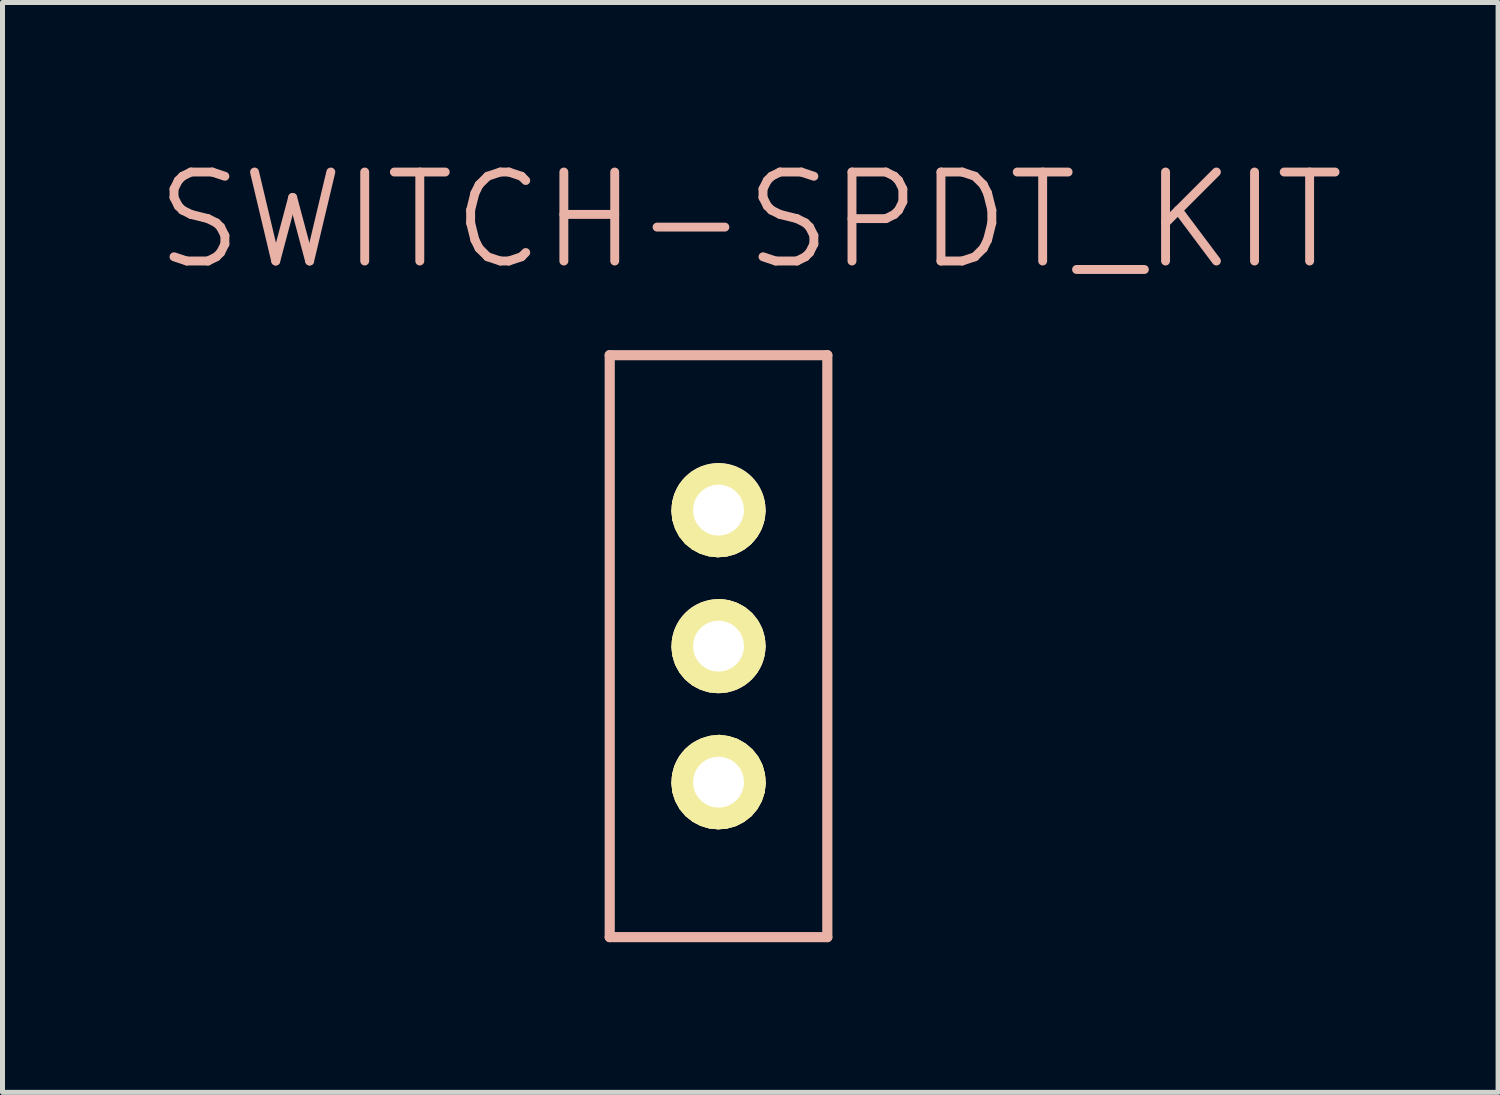
<source format=kicad_pcb>
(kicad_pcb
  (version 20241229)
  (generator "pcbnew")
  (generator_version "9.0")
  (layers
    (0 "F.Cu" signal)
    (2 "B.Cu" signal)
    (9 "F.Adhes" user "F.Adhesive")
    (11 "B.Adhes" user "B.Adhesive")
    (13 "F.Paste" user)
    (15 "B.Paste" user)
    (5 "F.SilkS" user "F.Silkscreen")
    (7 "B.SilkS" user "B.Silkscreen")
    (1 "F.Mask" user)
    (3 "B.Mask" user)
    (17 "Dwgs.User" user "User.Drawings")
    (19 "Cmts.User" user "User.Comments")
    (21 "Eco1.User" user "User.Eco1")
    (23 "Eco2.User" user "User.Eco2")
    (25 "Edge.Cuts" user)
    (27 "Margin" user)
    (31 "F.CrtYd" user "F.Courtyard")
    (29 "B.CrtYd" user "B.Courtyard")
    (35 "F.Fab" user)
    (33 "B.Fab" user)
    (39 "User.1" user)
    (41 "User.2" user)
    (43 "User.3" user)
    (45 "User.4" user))
  (footprint "SWITCH-SPDT_KIT"
    (layer "F.Cu")
    (at 11.307 9.861)
    (property "Reference" "SWITCH-SPDT_KIT" (at 0.635 -8.509 0) (layer "B.SilkS") (effects (font (size 1.778 1.778) (thickness 0.178))))
    (attr exclude_from_pos_files exclude_from_bom)
    (fp_line (start -0.876 -2.697) (end -0.861 -2.87) (stroke (width 0.127) (type solid)) (layer "F.SilkS"))
    (fp_line (start -0.876 2.741) (end -0.861 2.565) (stroke (width 0.127) (type solid)) (layer "F.SilkS"))
    (fp_line (start -0.874 0.018) (end -0.859 -0.152) (stroke (width 0.127) (type solid)) (layer "F.SilkS"))
    (fp_line (start -0.861 -2.87) (end -0.813 -3.035) (stroke (width 0.127) (type solid)) (layer "F.SilkS"))
    (fp_line (start -0.861 -2.53) (end -0.876 -2.697) (stroke (width 0.127) (type solid)) (layer "F.SilkS"))
    (fp_line (start -0.861 2.565) (end -0.813 2.398) (stroke (width 0.127) (type solid)) (layer "F.SilkS"))
    (fp_line (start -0.859 -0.152) (end -0.808 -0.323) (stroke (width 0.127) (type solid)) (layer "F.SilkS"))
    (fp_line (start -0.859 2.911) (end -0.876 2.741) (stroke (width 0.127) (type solid)) (layer "F.SilkS"))
    (fp_line (start -0.856 0.185) (end -0.874 0.018) (stroke (width 0.127) (type solid)) (layer "F.SilkS"))
    (fp_line (start -0.813 -3.035) (end -0.734 -3.19) (stroke (width 0.127) (type solid)) (layer "F.SilkS"))
    (fp_line (start -0.813 2.398) (end -0.732 2.24) (stroke (width 0.127) (type solid)) (layer "F.SilkS"))
    (fp_line (start -0.81 -2.367) (end -0.861 -2.53) (stroke (width 0.127) (type solid)) (layer "F.SilkS"))
    (fp_line (start -0.808 -0.323) (end -0.726 -0.478) (stroke (width 0.127) (type solid)) (layer "F.SilkS"))
    (fp_line (start -0.808 0.348) (end -0.856 0.185) (stroke (width 0.127) (type solid)) (layer "F.SilkS"))
    (fp_line (start -0.808 3.071) (end -0.859 2.911) (stroke (width 0.127) (type solid)) (layer "F.SilkS"))
    (fp_line (start -0.734 -3.19) (end -0.625 -3.325) (stroke (width 0.127) (type solid)) (layer "F.SilkS"))
    (fp_line (start -0.732 -2.22) (end -0.81 -2.367) (stroke (width 0.127) (type solid)) (layer "F.SilkS"))
    (fp_line (start -0.732 2.24) (end -0.62 2.103) (stroke (width 0.127) (type solid)) (layer "F.SilkS"))
    (fp_line (start -0.726 -0.478) (end -0.615 -0.612) (stroke (width 0.127) (type solid)) (layer "F.SilkS"))
    (fp_line (start -0.726 0.495) (end -0.808 0.348) (stroke (width 0.127) (type solid)) (layer "F.SilkS"))
    (fp_line (start -0.726 3.221) (end -0.808 3.071) (stroke (width 0.127) (type solid)) (layer "F.SilkS"))
    (fp_line (start -0.625 -3.325) (end -0.493 -3.437) (stroke (width 0.127) (type solid)) (layer "F.SilkS"))
    (fp_line (start -0.625 -2.09) (end -0.732 -2.22) (stroke (width 0.127) (type solid)) (layer "F.SilkS"))
    (fp_line (start -0.62 0.625) (end -0.726 0.495) (stroke (width 0.127) (type solid)) (layer "F.SilkS"))
    (fp_line (start -0.62 2.103) (end -0.485 1.991) (stroke (width 0.127) (type solid)) (layer "F.SilkS"))
    (fp_line (start -0.617 3.35) (end -0.726 3.221) (stroke (width 0.127) (type solid)) (layer "F.SilkS"))
    (fp_line (start -0.615 -0.612) (end -0.48 -0.724) (stroke (width 0.127) (type solid)) (layer "F.SilkS"))
    (fp_line (start -0.493 -3.437) (end -0.34 -3.52) (stroke (width 0.127) (type solid)) (layer "F.SilkS"))
    (fp_line (start -0.493 -1.984) (end -0.625 -2.09) (stroke (width 0.127) (type solid)) (layer "F.SilkS"))
    (fp_line (start -0.488 0.732) (end -0.62 0.625) (stroke (width 0.127) (type solid)) (layer "F.SilkS"))
    (fp_line (start -0.485 1.991) (end -0.33 1.908) (stroke (width 0.127) (type solid)) (layer "F.SilkS"))
    (fp_line (start -0.485 3.454) (end -0.617 3.35) (stroke (width 0.127) (type solid)) (layer "F.SilkS"))
    (fp_line (start -0.48 -0.724) (end -0.325 -0.808) (stroke (width 0.127) (type solid)) (layer "F.SilkS"))
    (fp_line (start -0.445 -2.697) (end -0.434 -2.802) (stroke (width 0.127) (type solid)) (layer "F.SilkS"))
    (fp_line (start -0.439 2.738) (end -0.432 2.637) (stroke (width 0.127) (type solid)) (layer "F.SilkS"))
    (fp_line (start -0.434 -2.802) (end -0.404 -2.898) (stroke (width 0.127) (type solid)) (layer "F.SilkS"))
    (fp_line (start -0.432 0.023) (end -0.424 -0.079) (stroke (width 0.127) (type solid)) (layer "F.SilkS"))
    (fp_line (start -0.432 2.637) (end -0.401 2.54) (stroke (width 0.127) (type solid)) (layer "F.SilkS"))
    (fp_line (start -0.429 -2.603) (end -0.445 -2.697) (stroke (width 0.127) (type solid)) (layer "F.SilkS"))
    (fp_line (start -0.427 2.835) (end -0.439 2.738) (stroke (width 0.127) (type solid)) (layer "F.SilkS"))
    (fp_line (start -0.424 -0.079) (end -0.394 -0.175) (stroke (width 0.127) (type solid)) (layer "F.SilkS"))
    (fp_line (start -0.419 0.117) (end -0.432 0.023) (stroke (width 0.127) (type solid)) (layer "F.SilkS"))
    (fp_line (start -0.404 -2.898) (end -0.351 -2.985) (stroke (width 0.127) (type solid)) (layer "F.SilkS"))
    (fp_line (start -0.401 2.54) (end -0.348 2.454) (stroke (width 0.127) (type solid)) (layer "F.SilkS"))
    (fp_line (start -0.396 -2.512) (end -0.429 -2.603) (stroke (width 0.127) (type solid)) (layer "F.SilkS"))
    (fp_line (start -0.394 -0.175) (end -0.34 -0.262) (stroke (width 0.127) (type solid)) (layer "F.SilkS"))
    (fp_line (start -0.394 2.926) (end -0.427 2.835) (stroke (width 0.127) (type solid)) (layer "F.SilkS"))
    (fp_line (start -0.386 0.208) (end -0.419 0.117) (stroke (width 0.127) (type solid)) (layer "F.SilkS"))
    (fp_line (start -0.351 -2.985) (end -0.279 -3.061) (stroke (width 0.127) (type solid)) (layer "F.SilkS"))
    (fp_line (start -0.348 2.454) (end -0.277 2.377) (stroke (width 0.127) (type solid)) (layer "F.SilkS"))
    (fp_line (start -0.345 -1.905) (end -0.493 -1.984) (stroke (width 0.127) (type solid)) (layer "F.SilkS"))
    (fp_line (start -0.343 -2.431) (end -0.396 -2.512) (stroke (width 0.127) (type solid)) (layer "F.SilkS"))
    (fp_line (start -0.34 -3.52) (end -0.173 -3.571) (stroke (width 0.127) (type solid)) (layer "F.SilkS"))
    (fp_line (start -0.34 -0.262) (end -0.269 -0.338) (stroke (width 0.127) (type solid)) (layer "F.SilkS"))
    (fp_line (start -0.34 3.007) (end -0.394 2.926) (stroke (width 0.127) (type solid)) (layer "F.SilkS"))
    (fp_line (start -0.338 0.81) (end -0.488 0.732) (stroke (width 0.127) (type solid)) (layer "F.SilkS"))
    (fp_line (start -0.335 3.533) (end -0.485 3.454) (stroke (width 0.127) (type solid)) (layer "F.SilkS"))
    (fp_line (start -0.333 0.29) (end -0.386 0.208) (stroke (width 0.127) (type solid)) (layer "F.SilkS"))
    (fp_line (start -0.33 1.908) (end -0.16 1.854) (stroke (width 0.127) (type solid)) (layer "F.SilkS"))
    (fp_line (start -0.325 -0.808) (end -0.157 -0.859) (stroke (width 0.127) (type solid)) (layer "F.SilkS"))
    (fp_line (start -0.279 -3.061) (end -0.196 -3.117) (stroke (width 0.127) (type solid)) (layer "F.SilkS"))
    (fp_line (start -0.277 2.377) (end -0.193 2.322) (stroke (width 0.127) (type solid)) (layer "F.SilkS"))
    (fp_line (start -0.272 -2.362) (end -0.343 -2.431) (stroke (width 0.127) (type solid)) (layer "F.SilkS"))
    (fp_line (start -0.269 -0.338) (end -0.185 -0.394) (stroke (width 0.127) (type solid)) (layer "F.SilkS"))
    (fp_line (start -0.269 3.076) (end -0.34 3.007) (stroke (width 0.127) (type solid)) (layer "F.SilkS"))
    (fp_line (start -0.262 0.358) (end -0.333 0.29) (stroke (width 0.127) (type solid)) (layer "F.SilkS"))
    (fp_line (start -0.229 -2.845) (end 0.229 -2.845) (stroke (width 0.066) (type solid)) (layer "F.SilkS"))
    (fp_line (start -0.229 -2.235) (end -0.229 -2.845) (stroke (width 0.066) (type solid)) (layer "F.SilkS"))
    (fp_line (start -0.229 -2.235) (end 0.229 -2.235) (stroke (width 0.066) (type solid)) (layer "F.SilkS"))
    (fp_line (start -0.229 -0.305) (end 0.229 -0.305) (stroke (width 0.066) (type solid)) (layer "F.SilkS"))
    (fp_line (start -0.229 0.305) (end -0.229 -0.305) (stroke (width 0.066) (type solid)) (layer "F.SilkS"))
    (fp_line (start -0.229 0.305) (end 0.229 0.305) (stroke (width 0.066) (type solid)) (layer "F.SilkS"))
    (fp_line (start -0.229 2.235) (end 0.229 2.235) (stroke (width 0.066) (type solid)) (layer "F.SilkS"))
    (fp_line (start -0.229 2.845) (end -0.229 2.235) (stroke (width 0.066) (type solid)) (layer "F.SilkS"))
    (fp_line (start -0.229 2.845) (end 0.229 2.845) (stroke (width 0.066) (type solid)) (layer "F.SilkS"))
    (fp_line (start -0.196 -3.117) (end -0.099 -3.152) (stroke (width 0.127) (type solid)) (layer "F.SilkS"))
    (fp_line (start -0.193 2.322) (end -0.097 2.286) (stroke (width 0.127) (type solid)) (layer "F.SilkS"))
    (fp_line (start -0.188 -2.314) (end -0.272 -2.362) (stroke (width 0.127) (type solid)) (layer "F.SilkS"))
    (fp_line (start -0.185 -0.394) (end -0.089 -0.429) (stroke (width 0.127) (type solid)) (layer "F.SilkS"))
    (fp_line (start -0.185 3.124) (end -0.269 3.076) (stroke (width 0.127) (type solid)) (layer "F.SilkS"))
    (fp_line (start -0.183 -1.857) (end -0.345 -1.905) (stroke (width 0.127) (type solid)) (layer "F.SilkS"))
    (fp_line (start -0.178 0.406) (end -0.262 0.358) (stroke (width 0.127) (type solid)) (layer "F.SilkS"))
    (fp_line (start -0.178 0.859) (end -0.338 0.81) (stroke (width 0.127) (type solid)) (layer "F.SilkS"))
    (fp_line (start -0.173 -3.571) (end -0.003 -3.592) (stroke (width 0.127) (type solid)) (layer "F.SilkS"))
    (fp_line (start -0.173 3.581) (end -0.335 3.533) (stroke (width 0.127) (type solid)) (layer "F.SilkS"))
    (fp_line (start -0.16 1.854) (end 0.013 1.834) (stroke (width 0.127) (type solid)) (layer "F.SilkS"))
    (fp_line (start -0.157 -0.859) (end 0.015 -0.879) (stroke (width 0.127) (type solid)) (layer "F.SilkS"))
    (fp_line (start -0.099 -3.152) (end 0 -3.165) (stroke (width 0.127) (type solid)) (layer "F.SilkS"))
    (fp_line (start -0.097 -2.283) (end -0.188 -2.314) (stroke (width 0.127) (type solid)) (layer "F.SilkS"))
    (fp_line (start -0.097 2.286) (end 0.003 2.273) (stroke (width 0.127) (type solid)) (layer "F.SilkS"))
    (fp_line (start -0.094 3.155) (end -0.185 3.124) (stroke (width 0.127) (type solid)) (layer "F.SilkS"))
    (fp_line (start -0.089 -0.429) (end 0.01 -0.442) (stroke (width 0.127) (type solid)) (layer "F.SilkS"))
    (fp_line (start -0.086 0.437) (end -0.178 0.406) (stroke (width 0.127) (type solid)) (layer "F.SilkS"))
    (fp_line (start -0.018 -1.839) (end -0.183 -1.857) (stroke (width 0.127) (type solid)) (layer "F.SilkS"))
    (fp_line (start -0.01 0.874) (end -0.178 0.859) (stroke (width 0.127) (type solid)) (layer "F.SilkS"))
    (fp_line (start -0.005 3.597) (end -0.173 3.581) (stroke (width 0.127) (type solid)) (layer "F.SilkS"))
    (fp_line (start -0.003 -3.592) (end 0.168 -3.571) (stroke (width 0.127) (type solid)) (layer "F.SilkS"))
    (fp_line (start 0 -3.165) (end 0.099 -3.152) (stroke (width 0.127) (type solid)) (layer "F.SilkS"))
    (fp_line (start 0 -2.273) (end -0.097 -2.283) (stroke (width 0.127) (type solid)) (layer "F.SilkS"))
    (fp_line (start 0.003 2.273) (end 0.102 2.286) (stroke (width 0.127) (type solid)) (layer "F.SilkS"))
    (fp_line (start 0.003 3.162) (end -0.094 3.155) (stroke (width 0.127) (type solid)) (layer "F.SilkS"))
    (fp_line (start 0.01 -0.442) (end 0.109 -0.429) (stroke (width 0.127) (type solid)) (layer "F.SilkS"))
    (fp_line (start 0.01 0.447) (end -0.086 0.437) (stroke (width 0.127) (type solid)) (layer "F.SilkS"))
    (fp_line (start 0.013 1.834) (end 0.185 1.857) (stroke (width 0.127) (type solid)) (layer "F.SilkS"))
    (fp_line (start 0.015 -0.879) (end 0.183 -0.859) (stroke (width 0.127) (type solid)) (layer "F.SilkS"))
    (fp_line (start 0.097 -2.283) (end 0 -2.273) (stroke (width 0.127) (type solid)) (layer "F.SilkS"))
    (fp_line (start 0.099 -3.152) (end 0.193 -3.119) (stroke (width 0.127) (type solid)) (layer "F.SilkS"))
    (fp_line (start 0.099 3.152) (end 0.003 3.162) (stroke (width 0.127) (type solid)) (layer "F.SilkS"))
    (fp_line (start 0.102 2.286) (end 0.196 2.319) (stroke (width 0.127) (type solid)) (layer "F.SilkS"))
    (fp_line (start 0.107 0.437) (end 0.01 0.447) (stroke (width 0.127) (type solid)) (layer "F.SilkS"))
    (fp_line (start 0.109 -0.429) (end 0.203 -0.396) (stroke (width 0.127) (type solid)) (layer "F.SilkS"))
    (fp_line (start 0.152 -1.854) (end -0.018 -1.839) (stroke (width 0.127) (type solid)) (layer "F.SilkS"))
    (fp_line (start 0.16 0.859) (end -0.01 0.874) (stroke (width 0.127) (type solid)) (layer "F.SilkS"))
    (fp_line (start 0.163 3.581) (end -0.005 3.597) (stroke (width 0.127) (type solid)) (layer "F.SilkS"))
    (fp_line (start 0.168 -3.571) (end 0.335 -3.52) (stroke (width 0.127) (type solid)) (layer "F.SilkS"))
    (fp_line (start 0.183 -0.859) (end 0.348 -0.805) (stroke (width 0.127) (type solid)) (layer "F.SilkS"))
    (fp_line (start 0.185 1.857) (end 0.351 1.91) (stroke (width 0.127) (type solid)) (layer "F.SilkS"))
    (fp_line (start 0.188 -2.316) (end 0.097 -2.283) (stroke (width 0.127) (type solid)) (layer "F.SilkS"))
    (fp_line (start 0.193 -3.119) (end 0.277 -3.063) (stroke (width 0.127) (type solid)) (layer "F.SilkS"))
    (fp_line (start 0.193 3.122) (end 0.099 3.152) (stroke (width 0.127) (type solid)) (layer "F.SilkS"))
    (fp_line (start 0.196 2.319) (end 0.279 2.375) (stroke (width 0.127) (type solid)) (layer "F.SilkS"))
    (fp_line (start 0.201 0.404) (end 0.107 0.437) (stroke (width 0.127) (type solid)) (layer "F.SilkS"))
    (fp_line (start 0.203 -0.396) (end 0.287 -0.34) (stroke (width 0.127) (type solid)) (layer "F.SilkS"))
    (fp_line (start 0.229 -2.235) (end 0.229 -2.845) (stroke (width 0.066) (type solid)) (layer "F.SilkS"))
    (fp_line (start 0.229 0.305) (end 0.229 -0.305) (stroke (width 0.066) (type solid)) (layer "F.SilkS"))
    (fp_line (start 0.229 2.845) (end 0.229 2.235) (stroke (width 0.066) (type solid)) (layer "F.SilkS"))
    (fp_line (start 0.272 -2.367) (end 0.188 -2.316) (stroke (width 0.127) (type solid)) (layer "F.SilkS"))
    (fp_line (start 0.274 3.071) (end 0.193 3.122) (stroke (width 0.127) (type solid)) (layer "F.SilkS"))
    (fp_line (start 0.277 -3.063) (end 0.348 -2.99) (stroke (width 0.127) (type solid)) (layer "F.SilkS"))
    (fp_line (start 0.279 2.375) (end 0.351 2.446) (stroke (width 0.127) (type solid)) (layer "F.SilkS"))
    (fp_line (start 0.282 0.353) (end 0.201 0.404) (stroke (width 0.127) (type solid)) (layer "F.SilkS"))
    (fp_line (start 0.287 -0.34) (end 0.358 -0.267) (stroke (width 0.127) (type solid)) (layer "F.SilkS"))
    (fp_line (start 0.318 -1.9) (end 0.152 -1.854) (stroke (width 0.127) (type solid)) (layer "F.SilkS"))
    (fp_line (start 0.325 0.81) (end 0.16 0.859) (stroke (width 0.127) (type solid)) (layer "F.SilkS"))
    (fp_line (start 0.328 3.536) (end 0.163 3.581) (stroke (width 0.127) (type solid)) (layer "F.SilkS"))
    (fp_line (start 0.335 -3.52) (end 0.488 -3.437) (stroke (width 0.127) (type solid)) (layer "F.SilkS"))
    (fp_line (start 0.343 -2.436) (end 0.272 -2.367) (stroke (width 0.127) (type solid)) (layer "F.SilkS"))
    (fp_line (start 0.345 3.002) (end 0.274 3.071) (stroke (width 0.127) (type solid)) (layer "F.SilkS"))
    (fp_line (start 0.348 -2.99) (end 0.399 -2.906) (stroke (width 0.127) (type solid)) (layer "F.SilkS"))
    (fp_line (start 0.348 -0.805) (end 0.495 -0.724) (stroke (width 0.127) (type solid)) (layer "F.SilkS"))
    (fp_line (start 0.351 1.91) (end 0.5 1.996) (stroke (width 0.127) (type solid)) (layer "F.SilkS"))
    (fp_line (start 0.351 2.446) (end 0.401 2.532) (stroke (width 0.127) (type solid)) (layer "F.SilkS"))
    (fp_line (start 0.353 0.284) (end 0.282 0.353) (stroke (width 0.127) (type solid)) (layer "F.SilkS"))
    (fp_line (start 0.358 -0.267) (end 0.409 -0.183) (stroke (width 0.127) (type solid)) (layer "F.SilkS"))
    (fp_line (start 0.396 -2.52) (end 0.343 -2.436) (stroke (width 0.127) (type solid)) (layer "F.SilkS"))
    (fp_line (start 0.399 -2.906) (end 0.432 -2.809) (stroke (width 0.127) (type solid)) (layer "F.SilkS"))
    (fp_line (start 0.399 2.918) (end 0.345 3.002) (stroke (width 0.127) (type solid)) (layer "F.SilkS"))
    (fp_line (start 0.401 2.532) (end 0.434 2.629) (stroke (width 0.127) (type solid)) (layer "F.SilkS"))
    (fp_line (start 0.406 0.201) (end 0.353 0.284) (stroke (width 0.127) (type solid)) (layer "F.SilkS"))
    (fp_line (start 0.409 -0.183) (end 0.442 -0.086) (stroke (width 0.127) (type solid)) (layer "F.SilkS"))
    (fp_line (start 0.429 -2.611) (end 0.396 -2.52) (stroke (width 0.127) (type solid)) (layer "F.SilkS"))
    (fp_line (start 0.432 -2.809) (end 0.439 -2.71) (stroke (width 0.127) (type solid)) (layer "F.SilkS"))
    (fp_line (start 0.432 2.827) (end 0.399 2.918) (stroke (width 0.127) (type solid)) (layer "F.SilkS"))
    (fp_line (start 0.434 2.629) (end 0.445 2.728) (stroke (width 0.127) (type solid)) (layer "F.SilkS"))
    (fp_line (start 0.439 -2.71) (end 0.429 -2.611) (stroke (width 0.127) (type solid)) (layer "F.SilkS"))
    (fp_line (start 0.439 0.109) (end 0.406 0.201) (stroke (width 0.127) (type solid)) (layer "F.SilkS"))
    (fp_line (start 0.442 -0.086) (end 0.45 0.013) (stroke (width 0.127) (type solid)) (layer "F.SilkS"))
    (fp_line (start 0.445 2.728) (end 0.432 2.827) (stroke (width 0.127) (type solid)) (layer "F.SilkS"))
    (fp_line (start 0.45 0.013) (end 0.439 0.109) (stroke (width 0.127) (type solid)) (layer "F.SilkS"))
    (fp_line (start 0.47 -1.979) (end 0.318 -1.9) (stroke (width 0.127) (type solid)) (layer "F.SilkS"))
    (fp_line (start 0.478 0.729) (end 0.325 0.81) (stroke (width 0.127) (type solid)) (layer "F.SilkS"))
    (fp_line (start 0.48 3.457) (end 0.328 3.536) (stroke (width 0.127) (type solid)) (layer "F.SilkS"))
    (fp_line (start 0.488 -3.437) (end 0.62 -3.325) (stroke (width 0.127) (type solid)) (layer "F.SilkS"))
    (fp_line (start 0.495 -0.724) (end 0.627 -0.612) (stroke (width 0.127) (type solid)) (layer "F.SilkS"))
    (fp_line (start 0.5 1.996) (end 0.632 2.108) (stroke (width 0.127) (type solid)) (layer "F.SilkS"))
    (fp_line (start 0.605 -2.083) (end 0.47 -1.979) (stroke (width 0.127) (type solid)) (layer "F.SilkS"))
    (fp_line (start 0.61 0.622) (end 0.478 0.729) (stroke (width 0.127) (type solid)) (layer "F.SilkS"))
    (fp_line (start 0.615 3.353) (end 0.48 3.457) (stroke (width 0.127) (type solid)) (layer "F.SilkS"))
    (fp_line (start 0.62 -3.325) (end 0.729 -3.19) (stroke (width 0.127) (type solid)) (layer "F.SilkS"))
    (fp_line (start 0.627 -0.612) (end 0.734 -0.478) (stroke (width 0.127) (type solid)) (layer "F.SilkS"))
    (fp_line (start 0.632 2.108) (end 0.742 2.245) (stroke (width 0.127) (type solid)) (layer "F.SilkS"))
    (fp_line (start 0.716 -2.215) (end 0.605 -2.083) (stroke (width 0.127) (type solid)) (layer "F.SilkS"))
    (fp_line (start 0.721 0.49) (end 0.61 0.622) (stroke (width 0.127) (type solid)) (layer "F.SilkS"))
    (fp_line (start 0.724 3.223) (end 0.615 3.353) (stroke (width 0.127) (type solid)) (layer "F.SilkS"))
    (fp_line (start 0.729 -3.19) (end 0.808 -3.035) (stroke (width 0.127) (type solid)) (layer "F.SilkS"))
    (fp_line (start 0.734 -0.478) (end 0.813 -0.325) (stroke (width 0.127) (type solid)) (layer "F.SilkS"))
    (fp_line (start 0.742 2.245) (end 0.82 2.4) (stroke (width 0.127) (type solid)) (layer "F.SilkS"))
    (fp_line (start 0.8 -2.362) (end 0.716 -2.215) (stroke (width 0.127) (type solid)) (layer "F.SilkS"))
    (fp_line (start 0.803 0.34) (end 0.721 0.49) (stroke (width 0.127) (type solid)) (layer "F.SilkS"))
    (fp_line (start 0.808 -3.035) (end 0.859 -2.87) (stroke (width 0.127) (type solid)) (layer "F.SilkS"))
    (fp_line (start 0.808 3.073) (end 0.724 3.223) (stroke (width 0.127) (type solid)) (layer "F.SilkS"))
    (fp_line (start 0.813 -0.325) (end 0.859 -0.163) (stroke (width 0.127) (type solid)) (layer "F.SilkS"))
    (fp_line (start 0.82 2.4) (end 0.866 2.568) (stroke (width 0.127) (type solid)) (layer "F.SilkS"))
    (fp_line (start 0.853 -2.527) (end 0.8 -2.362) (stroke (width 0.127) (type solid)) (layer "F.SilkS"))
    (fp_line (start 0.853 0.178) (end 0.803 0.34) (stroke (width 0.127) (type solid)) (layer "F.SilkS"))
    (fp_line (start 0.859 -2.87) (end 0.874 -2.697) (stroke (width 0.127) (type solid)) (layer "F.SilkS"))
    (fp_line (start 0.859 -0.163) (end 0.874 0.008) (stroke (width 0.127) (type solid)) (layer "F.SilkS"))
    (fp_line (start 0.861 2.911) (end 0.808 3.073) (stroke (width 0.127) (type solid)) (layer "F.SilkS"))
    (fp_line (start 0.866 2.568) (end 0.881 2.743) (stroke (width 0.127) (type solid)) (layer "F.SilkS"))
    (fp_line (start 0.874 -2.697) (end 0.853 -2.527) (stroke (width 0.127) (type solid)) (layer "F.SilkS"))
    (fp_line (start 0.874 0.008) (end 0.853 0.178) (stroke (width 0.127) (type solid)) (layer "F.SilkS"))
    (fp_line (start 0.881 2.743) (end 0.861 2.911) (stroke (width 0.127) (type solid)) (layer "F.SilkS"))
    (fp_line (start -2.174 -5.814) (end -2.174 5.814) (stroke (width 0.203) (type solid)) (layer "B.SilkS"))
    (fp_line (start -2.174 5.814) (end 2.174 5.814) (stroke (width 0.203) (type solid)) (layer "B.SilkS"))
    (fp_line (start 2.174 -5.814) (end -2.174 -5.814) (stroke (width 0.203) (type solid)) (layer "B.SilkS"))
    (fp_line (start 2.174 5.814) (end 2.174 -5.814) (stroke (width 0.203) (type solid)) (layer "B.SilkS"))
    (pad "1" thru_hole circle (at 0 -2.718) (size 1.88 1.88) (drill 1.016) (layers "*.Cu" "F.Mask" "F.SilkS" "F.Paste"))
    (pad "2" thru_hole circle (at 0 0) (size 1.88 1.88) (drill 1.016) (layers "*.Cu" "F.Mask" "F.SilkS" "F.Paste"))
    (pad "3" thru_hole circle (at 0 2.718) (size 1.88 1.88) (drill 1.016) (layers "*.Cu" "F.Mask" "F.SilkS" "F.Paste")))
  (gr_rect
    (start -3 -3)
    (end 26.884 18.777)
    (stroke (width 0.1) (type default))
    (fill no)
    (layer "Edge.Cuts")))
</source>
